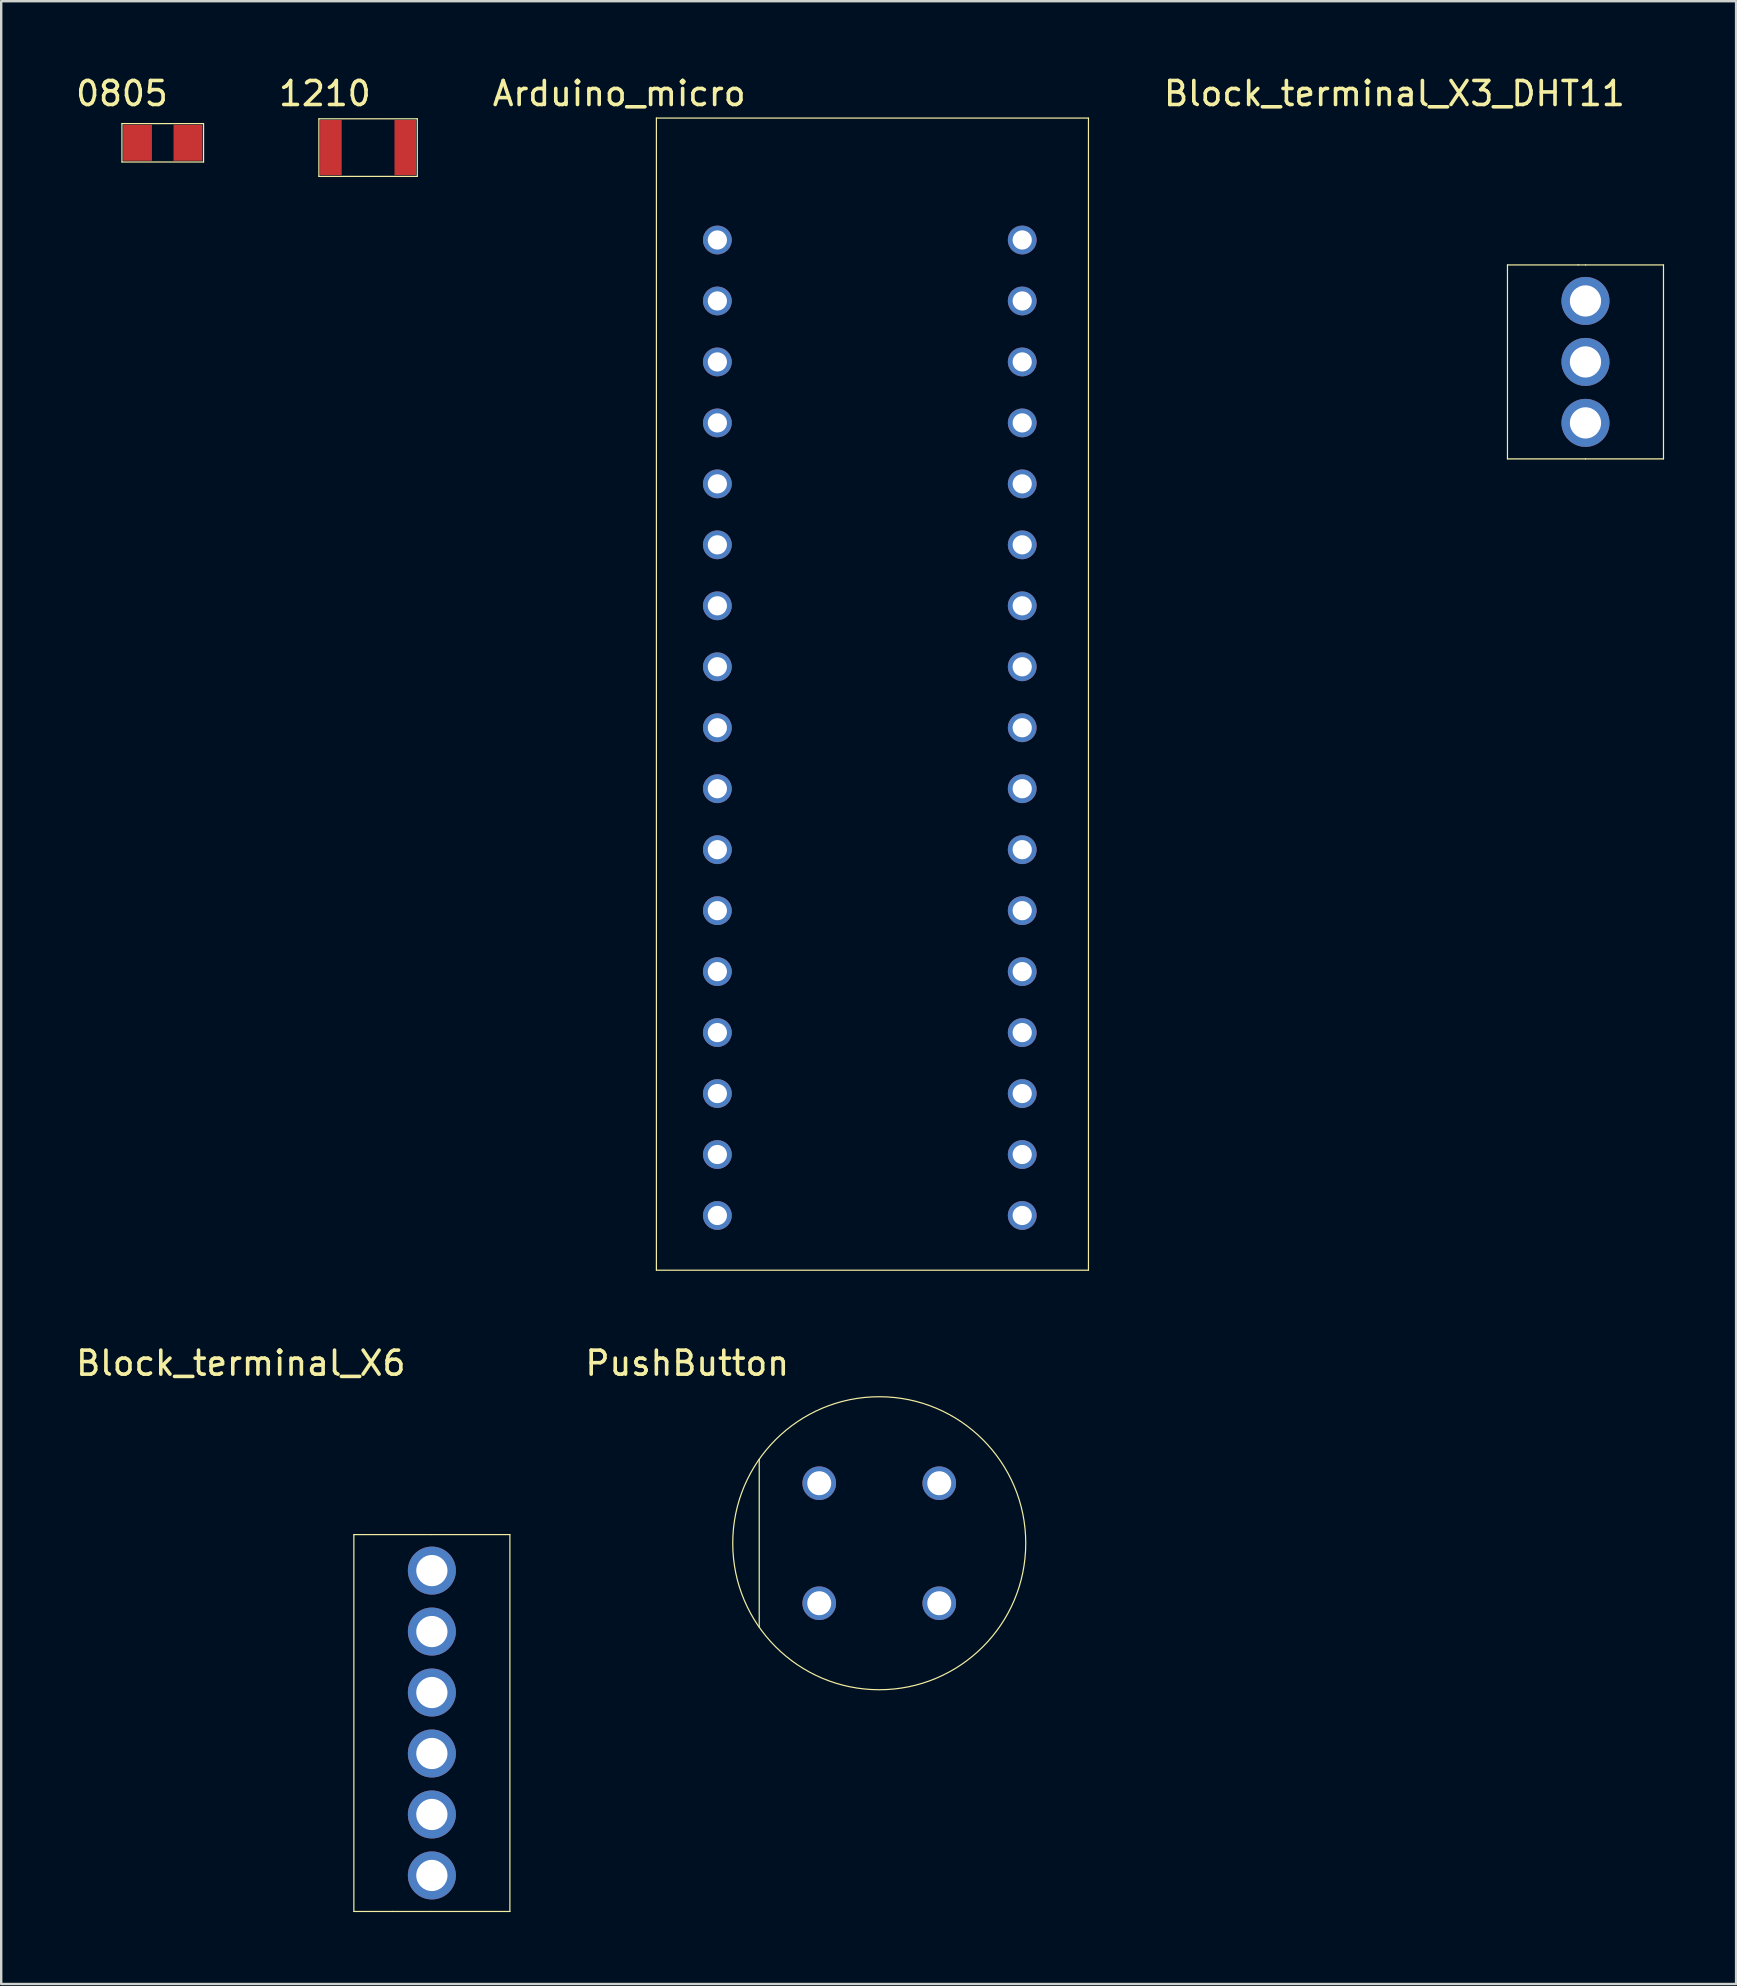
<source format=kicad_pcb>
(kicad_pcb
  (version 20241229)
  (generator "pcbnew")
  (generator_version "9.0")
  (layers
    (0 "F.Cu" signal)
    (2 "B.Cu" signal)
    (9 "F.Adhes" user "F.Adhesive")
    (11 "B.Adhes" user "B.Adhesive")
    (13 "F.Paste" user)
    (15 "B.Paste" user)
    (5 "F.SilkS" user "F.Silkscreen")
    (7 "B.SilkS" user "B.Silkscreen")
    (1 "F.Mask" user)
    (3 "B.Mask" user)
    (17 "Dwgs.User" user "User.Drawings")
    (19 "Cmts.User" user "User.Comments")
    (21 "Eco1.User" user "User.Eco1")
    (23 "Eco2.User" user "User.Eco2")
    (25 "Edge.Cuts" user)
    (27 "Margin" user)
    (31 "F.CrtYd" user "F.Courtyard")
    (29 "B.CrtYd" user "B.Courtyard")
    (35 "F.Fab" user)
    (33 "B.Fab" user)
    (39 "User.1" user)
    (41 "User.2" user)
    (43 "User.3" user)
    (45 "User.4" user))
  (footprint "Arduino_micro"
    (layer "F.Cu")
    (at 24.296 1.868)
    (property "Reference" "Arduino_micro" (at -1.55 -1.02 0) (layer "F.SilkS") (effects (font (size 1 1) (thickness 0.15))))
    (attr through_hole)
    (fp_line (start 0 0) (end 18 0) (stroke (width 0.05) (type solid)) (layer "F.SilkS"))
    (fp_line (start 0 48) (end 0 0) (stroke (width 0.05) (type solid)) (layer "F.SilkS"))
    (fp_line (start 18 0) (end 18 48) (stroke (width 0.05) (type solid)) (layer "F.SilkS"))
    (fp_line (start 18 48) (end 0 48) (stroke (width 0.05) (type solid)) (layer "F.SilkS"))
    (pad "1" thru_hole circle (at 15.24 45.72) (size 1.2 1.2) (drill 0.8) (layers "*.Cu" "*.Mask"))
    (pad "2" thru_hole circle (at 15.24 43.18) (size 1.2 1.2) (drill 0.8) (layers "*.Cu" "*.Mask"))
    (pad "3" thru_hole circle (at 15.24 40.64) (size 1.2 1.2) (drill 0.8) (layers "*.Cu" "*.Mask"))
    (pad "4" thru_hole circle (at 15.24 38.1) (size 1.2 1.2) (drill 0.8) (layers "*.Cu" "*.Mask"))
    (pad "5" thru_hole circle (at 15.24 35.56) (size 1.2 1.2) (drill 0.8) (layers "*.Cu" "*.Mask"))
    (pad "6" thru_hole circle (at 15.24 33.02) (size 1.2 1.2) (drill 0.8) (layers "*.Cu" "*.Mask"))
    (pad "7" thru_hole circle (at 15.24 30.48) (size 1.2 1.2) (drill 0.8) (layers "*.Cu" "*.Mask"))
    (pad "8" thru_hole circle (at 15.24 27.94) (size 1.2 1.2) (drill 0.8) (layers "*.Cu" "*.Mask"))
    (pad "9" thru_hole circle (at 15.24 25.4) (size 1.2 1.2) (drill 0.8) (layers "*.Cu" "*.Mask"))
    (pad "10" thru_hole circle (at 15.24 22.86) (size 1.2 1.2) (drill 0.8) (layers "*.Cu" "*.Mask"))
    (pad "11" thru_hole circle (at 15.24 20.32) (size 1.2 1.2) (drill 0.8) (layers "*.Cu" "*.Mask"))
    (pad "12" thru_hole circle (at 15.24 17.78) (size 1.2 1.2) (drill 0.8) (layers "*.Cu" "*.Mask"))
    (pad "13" thru_hole circle (at 15.24 15.24) (size 1.2 1.2) (drill 0.8) (layers "*.Cu" "*.Mask"))
    (pad "14" thru_hole circle (at 15.24 12.7) (size 1.2 1.2) (drill 0.8) (layers "*.Cu" "*.Mask"))
    (pad "15" thru_hole circle (at 15.24 10.16) (size 1.2 1.2) (drill 0.8) (layers "*.Cu" "*.Mask"))
    (pad "16" thru_hole circle (at 15.24 7.62) (size 1.2 1.2) (drill 0.8) (layers "*.Cu" "*.Mask"))
    (pad "17" thru_hole circle (at 15.24 5.08) (size 1.2 1.2) (drill 0.8) (layers "*.Cu" "*.Mask"))
    (pad "18" thru_hole circle (at 2.54 5.08) (size 1.2 1.2) (drill 0.8) (layers "*.Cu" "*.Mask"))
    (pad "19" thru_hole circle (at 2.54 7.62) (size 1.2 1.2) (drill 0.8) (layers "*.Cu" "*.Mask"))
    (pad "20" thru_hole circle (at 2.54 10.16) (size 1.2 1.2) (drill 0.8) (layers "*.Cu" "*.Mask"))
    (pad "21" thru_hole circle (at 2.54 12.7) (size 1.2 1.2) (drill 0.8) (layers "*.Cu" "*.Mask"))
    (pad "22" thru_hole circle (at 2.54 15.24) (size 1.2 1.2) (drill 0.8) (layers "*.Cu" "*.Mask"))
    (pad "23" thru_hole circle (at 2.54 17.78) (size 1.2 1.2) (drill 0.8) (layers "*.Cu" "*.Mask"))
    (pad "24" thru_hole circle (at 2.54 20.32) (size 1.2 1.2) (drill 0.8) (layers "*.Cu" "*.Mask"))
    (pad "25" thru_hole circle (at 2.54 22.86) (size 1.2 1.2) (drill 0.8) (layers "*.Cu" "*.Mask"))
    (pad "26" thru_hole circle (at 2.54 25.4) (size 1.2 1.2) (drill 0.8) (layers "*.Cu" "*.Mask"))
    (pad "27" thru_hole circle (at 2.54 27.94) (size 1.2 1.2) (drill 0.8) (layers "*.Cu" "*.Mask"))
    (pad "28" thru_hole circle (at 2.54 30.48) (size 1.2 1.2) (drill 0.8) (layers "*.Cu" "*.Mask"))
    (pad "29" thru_hole circle (at 2.54 33.02) (size 1.2 1.2) (drill 0.8) (layers "*.Cu" "*.Mask"))
    (pad "30" thru_hole circle (at 2.54 35.56) (size 1.2 1.2) (drill 0.8) (layers "*.Cu" "*.Mask"))
    (pad "31" thru_hole circle (at 2.54 38.1) (size 1.2 1.2) (drill 0.8) (layers "*.Cu" "*.Mask"))
    (pad "32" thru_hole circle (at 2.54 40.64) (size 1.2 1.2) (drill 0.8) (layers "*.Cu" "*.Mask"))
    (pad "33" thru_hole circle (at 2.54 43.18) (size 1.2 1.2) (drill 0.8) (layers "*.Cu" "*.Mask"))
    (pad "34" thru_hole circle (at 2.54 45.72) (size 1.2 1.2) (drill 0.8) (layers "*.Cu" "*.Mask")))
  (footprint "Block_terminal_X3_DHT11"
    (layer "F.Cu")
    (at 57.922 6.948)
    (property "Reference" "Block_terminal_X3_DHT11" (at -2.88 -6.1 0) (layer "F.SilkS") (effects (font (size 1 1) (thickness 0.15))))
    (attr through_hole)
    (fp_line (start 1.83 9.12) (end 1.83 1.04) (stroke (width 0.05) (type solid)) (layer "F.SilkS"))
    (fp_line (start 4.78 1.04) (end 4.77 1.04) (stroke (width 0.05) (type solid)) (layer "F.SilkS"))
    (fp_line (start 5.08 1.04) (end 1.83 1.04) (stroke (width 0.05) (type solid)) (layer "F.SilkS"))
    (fp_line (start 5.08 1.04) (end 8.33 1.04) (stroke (width 0.05) (type solid)) (layer "F.SilkS"))
    (fp_line (start 5.08 9.12) (end 1.83 9.12) (stroke (width 0.05) (type solid)) (layer "F.SilkS"))
    (fp_line (start 5.08 9.12) (end 8.33 9.12) (stroke (width 0.05) (type solid)) (layer "F.SilkS"))
    (fp_line (start 8.33 1.04) (end 8.33 9.12) (stroke (width 0.05) (type solid)) (layer "F.SilkS"))
    (pad "1" thru_hole circle (at 5.08 2.54) (size 2 2) (drill 1.3) (layers "*.Cu" "*.Mask"))
    (pad "2" thru_hole circle (at 5.08 5.08) (size 2 2) (drill 1.3) (layers "*.Cu" "*.Mask"))
    (pad "4" thru_hole circle (at 5.08 7.62) (size 2 2) (drill 1.3) (layers "*.Cu" "*.Mask")))
  (footprint "PushButton"
    (layer "F.Cu")
    (at 27.58 55.242)
    (property "Reference" "PushButton" (at -2 -1.5 0) (layer "F.SilkS") (effects (font (size 1 1) (thickness 0.15))))
    (attr through_hole)
    (fp_line (start 1 2.5) (end 1 9.5) (stroke (width 0.05) (type solid)) (layer "F.SilkS"))
    (fp_circle (center 6 6) (end 9.5 11) (stroke (width 0.05) (type solid)) (fill no) (layer "F.SilkS"))
    (pad "1" thru_hole circle (at 3.5 8.5) (size 1.4 1.4) (drill 1) (layers "*.Cu" "*.Mask"))
    (pad "1" thru_hole circle (at 8.5 8.5) (size 1.4 1.4) (drill 1) (layers "*.Cu" "*.Mask"))
    (pad "2" thru_hole circle (at 3.5 3.5) (size 1.4 1.4) (drill 1) (layers "*.Cu" "*.Mask"))
    (pad "2" thru_hole circle (at 8.5 3.5) (size 1.4 1.4) (drill 1) (layers "*.Cu" "*.Mask")))
  (footprint "Block_terminal_X6"
    (layer "F.Cu")
    (at 9.862 59.842)
    (property "Reference" "Block_terminal_X6" (at -2.88 -6.1 0) (layer "F.SilkS") (effects (font (size 1 1) (thickness 0.15))))
    (attr through_hole)
    (fp_line (start 1.83 1.04) (end 1.83 16.74) (stroke (width 0.05) (type solid)) (layer "F.SilkS"))
    (fp_line (start 3.44 16.74) (end 3.45 16.74) (stroke (width 0.05) (type solid)) (layer "F.SilkS"))
    (fp_line (start 5.08 1.04) (end 1.83 1.04) (stroke (width 0.05) (type solid)) (layer "F.SilkS"))
    (fp_line (start 5.08 1.04) (end 8.33 1.04) (stroke (width 0.05) (type solid)) (layer "F.SilkS"))
    (fp_line (start 5.08 16.74) (end 1.83 16.74) (stroke (width 0.05) (type solid)) (layer "F.SilkS"))
    (fp_line (start 5.08 16.74) (end 8.33 16.74) (stroke (width 0.05) (type solid)) (layer "F.SilkS"))
    (fp_line (start 8.33 16.74) (end 8.33 1.04) (stroke (width 0.05) (type solid)) (layer "F.SilkS"))
    (pad "1" thru_hole circle (at 5.08 2.54) (size 2 2) (drill 1.3) (layers "*.Cu" "*.Mask"))
    (pad "2" thru_hole circle (at 5.08 5.08) (size 2 2) (drill 1.3) (layers "*.Cu" "*.Mask"))
    (pad "3" thru_hole circle (at 5.08 7.62) (size 2 2) (drill 1.3) (layers "*.Cu" "*.Mask"))
    (pad "4" thru_hole circle (at 5.08 10.16) (size 2 2) (drill 1.3) (layers "*.Cu" "*.Mask"))
    (pad "5" thru_hole circle (at 5.08 12.7) (size 2 2) (drill 1.3) (layers "*.Cu" "*.Mask"))
    (pad "6" thru_hole circle (at 5.08 15.24) (size 2 2) (drill 1.3) (layers "*.Cu" "*.Mask")))
  (footprint "0805"
    (layer "F.Cu")
    (at 2.03 2.098)
    (property "Reference" "0805" (at 0 -1.25 0) (layer "F.SilkS") (effects (font (size 1 1) (thickness 0.15))))
    (attr through_hole)
    (fp_line (start 0 0) (end 0 1.6) (stroke (width 0.05) (type solid)) (layer "F.SilkS"))
    (fp_line (start 0 1.6) (end 3.4 1.6) (stroke (width 0.05) (type solid)) (layer "F.SilkS"))
    (fp_line (start 3.4 0) (end 0 0) (stroke (width 0.05) (type solid)) (layer "F.SilkS"))
    (fp_line (start 3.4 1.6) (end 3.4 0) (stroke (width 0.05) (type solid)) (layer "F.SilkS"))
    (pad "1" smd rect (at 0.65 0.8) (size 1.2 1.5) (layers "F.Cu" "F.Mask" "F.Paste"))
    (pad "2" smd rect (at 2.75 0.8) (size 1.2 1.5) (layers "F.Cu" "F.Mask" "F.Paste")))
  (footprint "1210"
    (layer "F.Cu")
    (at 10.235 1.898)
    (property "Reference" "1210" (at 0.25 -1.05 0) (layer "F.SilkS") (effects (font (size 1 1) (thickness 0.15))))
    (attr through_hole)
    (fp_line (start 0 0) (end 0 2.4) (stroke (width 0.05) (type solid)) (layer "F.SilkS"))
    (fp_line (start 0 2.4) (end 4.1 2.4) (stroke (width 0.05) (type solid)) (layer "F.SilkS"))
    (fp_line (start 4.1 0) (end 0 0) (stroke (width 0.05) (type solid)) (layer "F.SilkS"))
    (fp_line (start 4.1 2.4) (end 4.1 0) (stroke (width 0.05) (type solid)) (layer "F.SilkS"))
    (pad "1" smd rect (at 0.5 1.2) (size 0.9 2.3) (layers "F.Cu" "F.Mask" "F.Paste"))
    (pad "2" smd rect (at 3.6 1.2) (size 0.9 2.3) (layers "F.Cu" "F.Mask" "F.Paste")))
  (gr_rect
    (start -3 -3)
    (end 69.277 79.606)
    (stroke (width 0.1) (type default))
    (fill no)
    (layer "Edge.Cuts")))
</source>
